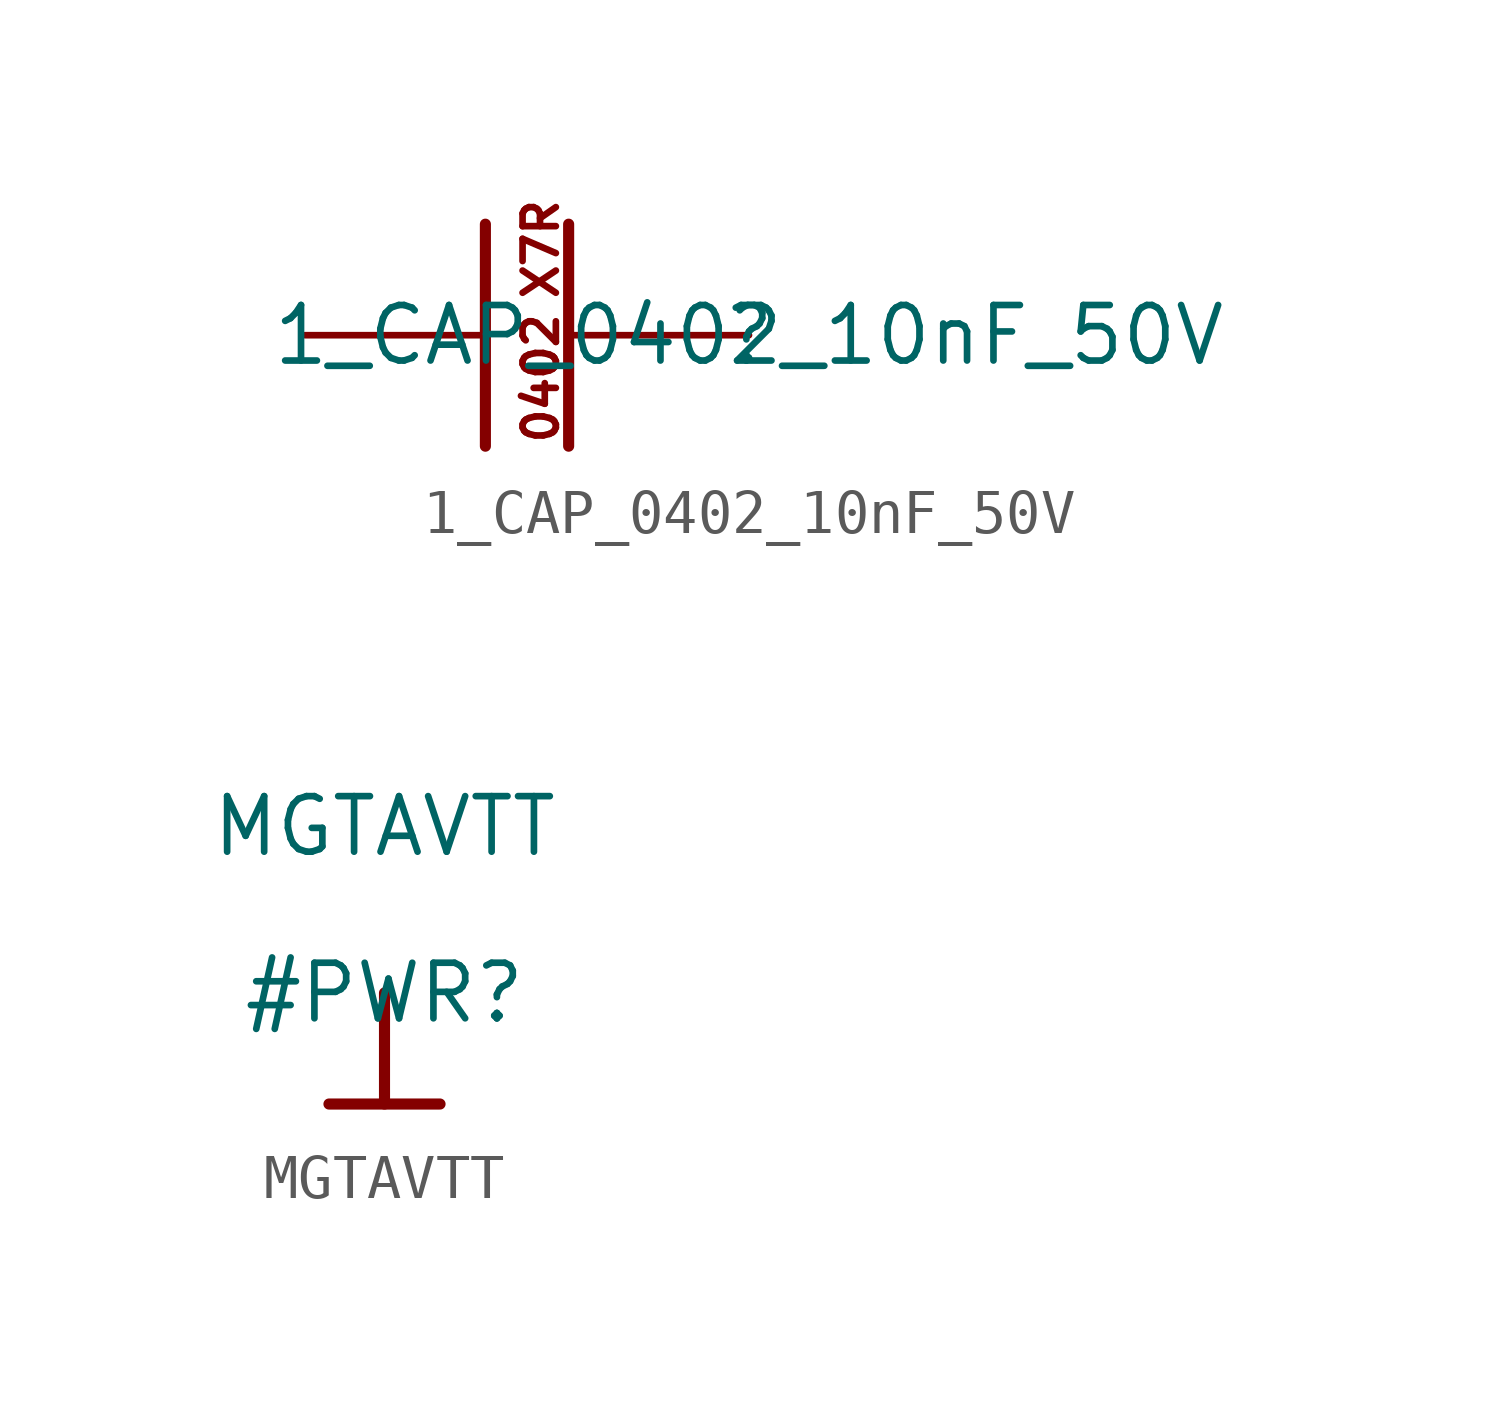
<source format=kicad_sym>
(kicad_symbol_lib
  (version 20211014)
  (generator kicad_symbol_editor)
  (symbol "1_CAP_0402_10nF_50V"
    (property "Reference" ""
      (at 0 0 0)
      (effects (font (size 1.27 1.27))))
    (property "Value" "1_CAP_0402_10nF_50V"
      (at 0 0 0)
      (effects (font (size 1.27 1.27))))
    (symbol "1_CAP_0402_10nF_50V_1_0"
      (polyline (pts (xy -6.032 -2.54) (xy -6.032 2.54)) (stroke (width 0.254) (type default) (color 0 0 0 0)) (fill (type none)))
      (polyline (pts (xy -4.127 -2.54) (xy -4.127 2.54)) (stroke (width 0.254) (type default) (color 0 0 0 0)) (fill (type none)))
      (text "0402" (at -4.318 -2.54 900) (effects (font (size 0.762 0.762)) (justify left bottom)))
      (text "X7R" (at -4.318 0.762 900) (effects (font (size 0.762 0.762)) (justify left bottom)))
      (pin passive line (at -10.16 0 0) (length 4.064) (name "1" (effects (font (size 0 0)))) (number "1" (effects (font (size 0 0)))))
      (pin passive line (at 0 0 180) (length 4.064) (name "2" (effects (font (size 0 0)))) (number "2" (effects (font (size 0 0)))))))
  (symbol "MGTAVTT"
    (power)
    (property "Reference" "#PWR"
      (at 0 0 0)
      (effects (font (size 1.27 1.27))))
    (property "Value" "MGTAVTT"
      (at 0 3.81 0)
      (effects (font (size 1.27 1.27))))
    (symbol "MGTAVTT_0_0"
      (polyline (pts (xy -1.27 -2.54) (xy 1.27 -2.54)) (stroke (width 0.254) (type default) (color 0 0 0 0)) (fill (type none)))
      (polyline (pts (xy 0 0) (xy 0 -2.54)) (stroke (width 0.254) (type default) (color 0 0 0 0)) (fill (type none)))
      (pin power_in line (at 0 0 0) (length 0) hide (name "MGTAVTT" (effects (font (size 1.27 1.27)))) (number "" (effects (font (size 1.27 1.27))))))))
</source>
